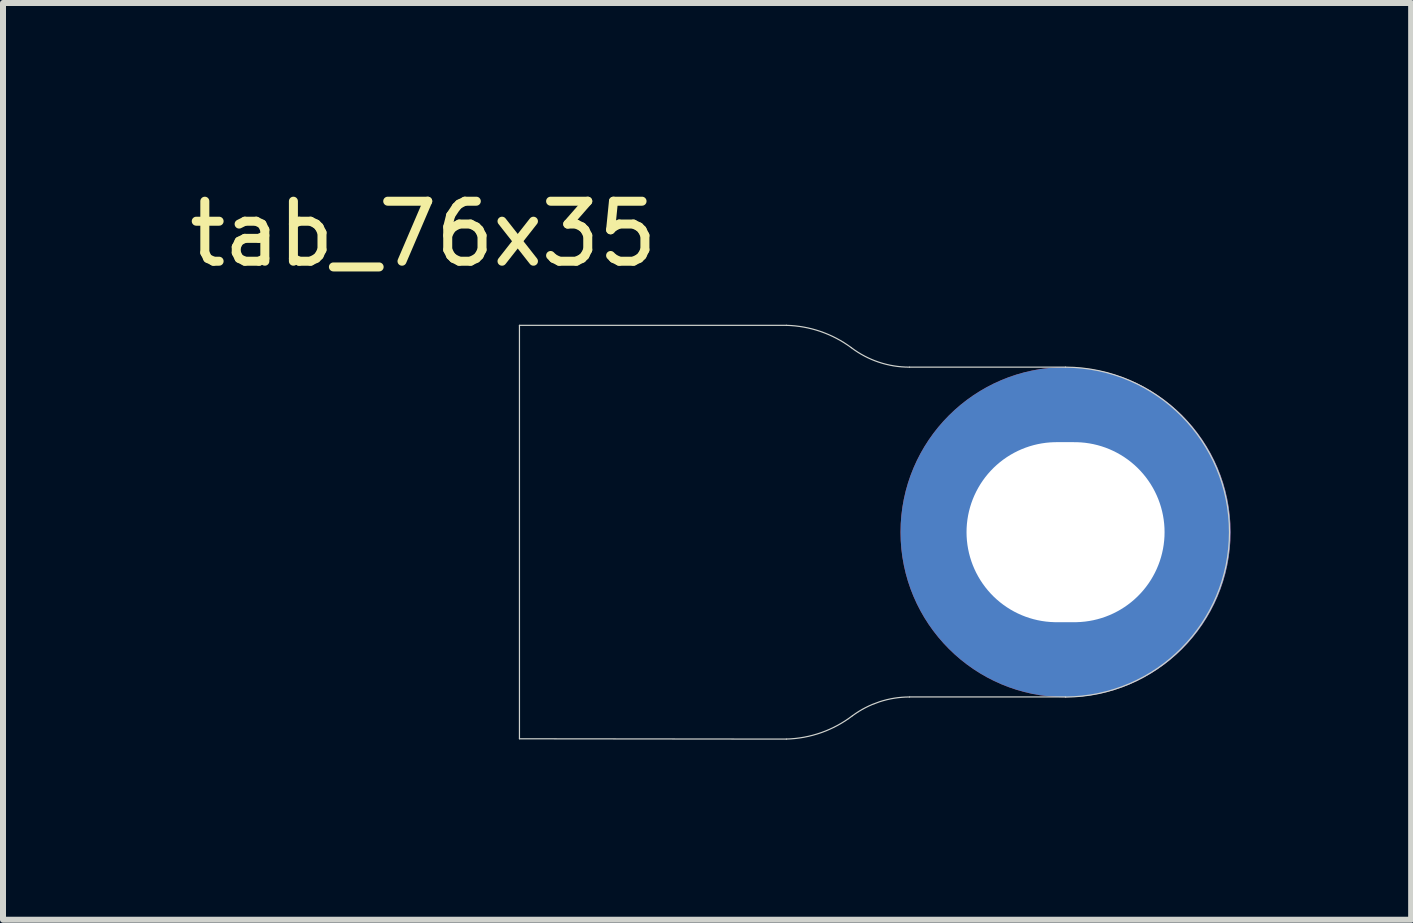
<source format=kicad_pcb>
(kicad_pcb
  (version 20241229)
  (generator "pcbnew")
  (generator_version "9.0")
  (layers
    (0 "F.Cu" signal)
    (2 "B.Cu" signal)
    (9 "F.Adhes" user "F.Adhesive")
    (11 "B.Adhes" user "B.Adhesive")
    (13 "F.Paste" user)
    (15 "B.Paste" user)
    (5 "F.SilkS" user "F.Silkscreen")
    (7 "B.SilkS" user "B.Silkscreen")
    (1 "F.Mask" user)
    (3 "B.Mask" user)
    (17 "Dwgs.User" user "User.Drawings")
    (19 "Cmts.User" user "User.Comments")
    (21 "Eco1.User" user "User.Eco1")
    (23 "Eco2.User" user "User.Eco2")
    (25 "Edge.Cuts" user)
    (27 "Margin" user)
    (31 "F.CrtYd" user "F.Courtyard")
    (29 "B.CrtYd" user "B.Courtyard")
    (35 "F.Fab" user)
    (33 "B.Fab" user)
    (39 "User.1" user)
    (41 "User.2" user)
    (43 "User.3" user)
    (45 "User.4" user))
  (footprint "tab_76x35"
    (layer "F.Cu")
    (at 14.706 5.818)
    (property "Reference" "tab_76x35" (at -10.7 -4.97 0) (layer "F.SilkS") (effects (font (size 1 1) (thickness 0.15))))
    (attr through_hole)
    (fp_line (start -9.1 -3.447) (end -9.1 3.443) (stroke (width 0.02) (type solid)) (layer "Edge.Cuts"))
    (fp_line (start -9.1 3.443) (end -4.652 3.448) (stroke (width 0.02) (type solid)) (layer "Edge.Cuts"))
    (fp_line (start -4.652 -3.447) (end -9.1 -3.447) (stroke (width 0.02) (type solid)) (layer "Edge.Cuts"))
    (fp_line (start -2.6 2.746) (end 0 2.746) (stroke (width 0.02) (type solid)) (layer "Edge.Cuts"))
    (fp_line (start 0 -2.75) (end -2.6 -2.75) (stroke (width 0.02) (type solid)) (layer "Edge.Cuts"))
    (fp_arc (start -4.652118 -3.446725) (mid -4.082266 -3.344283) (end -3.570002 -3.074448) (stroke (width 0.02) (type solid)) (layer "Edge.Cuts"))
    (fp_arc (start -3.55 3.058063) (mid -4.069925 3.340058) (end -4.651552 3.447548) (stroke (width 0.02) (type solid)) (layer "Edge.Cuts"))
    (fp_arc (start -3.55 3.058063) (mid -3.099921 2.826249) (end -2.6 2.746322) (stroke (width 0.02) (type solid)) (layer "Edge.Cuts"))
    (fp_arc (start -2.6 -2.75) (mid -3.111587 -2.832738) (end -3.570002 -3.074448) (stroke (width 0.02) (type solid)) (layer "Edge.Cuts"))
    (fp_arc (start 0 -2.75) (mid 2.748774 -0.001226) (end 0 2.747548) (stroke (width 0.02) (type solid)) (layer "Edge.Cuts"))
    (pad "1" thru_hole circle (at 0 0) (size 5.5 5.5) (drill oval 3.3 3) (layers "*.Cu" "*.Mask")))
  (gr_rect
    (start -3 -3)
    (end 20.465 12.276)
    (stroke (width 0.1) (type default))
    (fill no)
    (layer "Edge.Cuts")))
</source>
